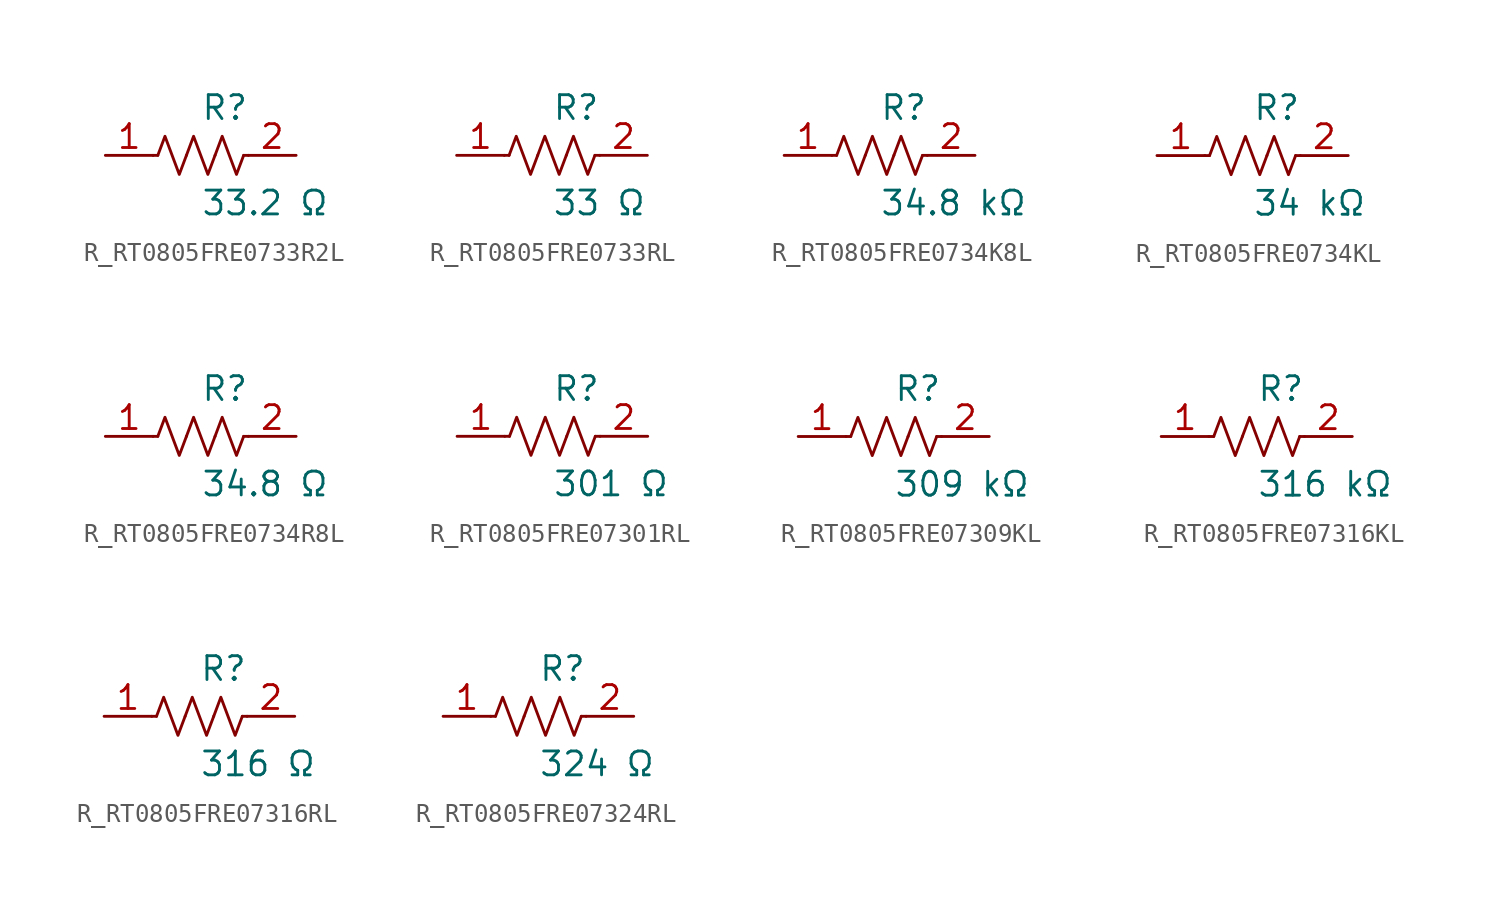
<source format=kicad_sym>
(kicad_symbol_lib
  (version 20231120)
  (generator kicad_symbol_editor)
  (generator_version 8.0)
  (symbol "R_RT0805FRE0733R2L"
    (pin_names
      (offset 0.254))
    (property "Reference" "R"
      (at 0 2.54 0)
      (effects (font (size 1.27 1.27)) (justify left)))
    (property "Value" "33.2 Ω"
      (at 0 -2.54 0)
      (effects (font (size 1.27 1.27)) (justify left)))
    (symbol "R_RT0805FRE0733R2L_0_1"
      (polyline (pts (xy 2.286 0) (xy 2.54 0)) (stroke (width 0) (type default)) (fill (type none)))
      (polyline (pts (xy -2.286 0) (xy -2.54 0)) (stroke (width 0) (type default)) (fill (type none)))
      (polyline (pts (xy 0.762 0) (xy 1.143 1.016) (xy 1.524 0) (xy 1.905 -1.016) (xy 2.286 0)) (stroke (width 0) (type default)) (fill (type none)))
      (polyline (pts (xy -0.762 0) (xy -0.381 1.016) (xy 0 0) (xy 0.381 -1.016) (xy 0.762 0)) (stroke (width 0) (type default)) (fill (type none)))
      (polyline (pts (xy -2.286 0) (xy -1.905 1.016) (xy -1.524 0) (xy -1.143 -1.016) (xy -0.762 0)) (stroke (width 0) (type default)) (fill (type none))))
    (pin passive line
      (at -5.08 0 0)
      (length 2.54)
      (name "" (effects (font (size 1.27 1.27))))
      (number "1" (effects (font (size 1.27 1.27)))))
    (pin passive line
      (at 5.08 0 180)
      (length 2.54)
      (name "" (effects (font (size 1.27 1.27))))
      (number "2" (effects (font (size 1.27 1.27))))))
  (symbol "R_RT0805FRE0733RL"
    (pin_names
      (offset 0.254))
    (property "Reference" "R"
      (at 0 2.54 0)
      (effects (font (size 1.27 1.27)) (justify left)))
    (property "Value" "33 Ω"
      (at 0 -2.54 0)
      (effects (font (size 1.27 1.27)) (justify left)))
    (symbol "R_RT0805FRE0733RL_0_1"
      (polyline (pts (xy 2.286 0) (xy 2.54 0)) (stroke (width 0) (type default)) (fill (type none)))
      (polyline (pts (xy -2.286 0) (xy -2.54 0)) (stroke (width 0) (type default)) (fill (type none)))
      (polyline (pts (xy 0.762 0) (xy 1.143 1.016) (xy 1.524 0) (xy 1.905 -1.016) (xy 2.286 0)) (stroke (width 0) (type default)) (fill (type none)))
      (polyline (pts (xy -0.762 0) (xy -0.381 1.016) (xy 0 0) (xy 0.381 -1.016) (xy 0.762 0)) (stroke (width 0) (type default)) (fill (type none)))
      (polyline (pts (xy -2.286 0) (xy -1.905 1.016) (xy -1.524 0) (xy -1.143 -1.016) (xy -0.762 0)) (stroke (width 0) (type default)) (fill (type none))))
    (pin passive line
      (at -5.08 0 0)
      (length 2.54)
      (name "" (effects (font (size 1.27 1.27))))
      (number "1" (effects (font (size 1.27 1.27)))))
    (pin passive line
      (at 5.08 0 180)
      (length 2.54)
      (name "" (effects (font (size 1.27 1.27))))
      (number "2" (effects (font (size 1.27 1.27))))))
  (symbol "R_RT0805FRE0734K8L"
    (pin_names
      (offset 0.254))
    (property "Reference" "R"
      (at 0 2.54 0)
      (effects (font (size 1.27 1.27)) (justify left)))
    (property "Value" "34.8 kΩ"
      (at 0 -2.54 0)
      (effects (font (size 1.27 1.27)) (justify left)))
    (symbol "R_RT0805FRE0734K8L_0_1"
      (polyline (pts (xy 2.286 0) (xy 2.54 0)) (stroke (width 0) (type default)) (fill (type none)))
      (polyline (pts (xy -2.286 0) (xy -2.54 0)) (stroke (width 0) (type default)) (fill (type none)))
      (polyline (pts (xy 0.762 0) (xy 1.143 1.016) (xy 1.524 0) (xy 1.905 -1.016) (xy 2.286 0)) (stroke (width 0) (type default)) (fill (type none)))
      (polyline (pts (xy -0.762 0) (xy -0.381 1.016) (xy 0 0) (xy 0.381 -1.016) (xy 0.762 0)) (stroke (width 0) (type default)) (fill (type none)))
      (polyline (pts (xy -2.286 0) (xy -1.905 1.016) (xy -1.524 0) (xy -1.143 -1.016) (xy -0.762 0)) (stroke (width 0) (type default)) (fill (type none))))
    (pin passive line
      (at -5.08 0 0)
      (length 2.54)
      (name "" (effects (font (size 1.27 1.27))))
      (number "1" (effects (font (size 1.27 1.27)))))
    (pin passive line
      (at 5.08 0 180)
      (length 2.54)
      (name "" (effects (font (size 1.27 1.27))))
      (number "2" (effects (font (size 1.27 1.27))))))
  (symbol "R_RT0805FRE0734KL"
    (pin_names
      (offset 0.254))
    (property "Reference" "R"
      (at 0 2.54 0)
      (effects (font (size 1.27 1.27)) (justify left)))
    (property "Value" "34 kΩ"
      (at 0 -2.54 0)
      (effects (font (size 1.27 1.27)) (justify left)))
    (symbol "R_RT0805FRE0734KL_0_1"
      (polyline (pts (xy 2.286 0) (xy 2.54 0)) (stroke (width 0) (type default)) (fill (type none)))
      (polyline (pts (xy -2.286 0) (xy -2.54 0)) (stroke (width 0) (type default)) (fill (type none)))
      (polyline (pts (xy 0.762 0) (xy 1.143 1.016) (xy 1.524 0) (xy 1.905 -1.016) (xy 2.286 0)) (stroke (width 0) (type default)) (fill (type none)))
      (polyline (pts (xy -0.762 0) (xy -0.381 1.016) (xy 0 0) (xy 0.381 -1.016) (xy 0.762 0)) (stroke (width 0) (type default)) (fill (type none)))
      (polyline (pts (xy -2.286 0) (xy -1.905 1.016) (xy -1.524 0) (xy -1.143 -1.016) (xy -0.762 0)) (stroke (width 0) (type default)) (fill (type none))))
    (pin passive line
      (at -5.08 0 0)
      (length 2.54)
      (name "" (effects (font (size 1.27 1.27))))
      (number "1" (effects (font (size 1.27 1.27)))))
    (pin passive line
      (at 5.08 0 180)
      (length 2.54)
      (name "" (effects (font (size 1.27 1.27))))
      (number "2" (effects (font (size 1.27 1.27))))))
  (symbol "R_RT0805FRE0734R8L"
    (pin_names
      (offset 0.254))
    (property "Reference" "R"
      (at 0 2.54 0)
      (effects (font (size 1.27 1.27)) (justify left)))
    (property "Value" "34.8 Ω"
      (at 0 -2.54 0)
      (effects (font (size 1.27 1.27)) (justify left)))
    (symbol "R_RT0805FRE0734R8L_0_1"
      (polyline (pts (xy 2.286 0) (xy 2.54 0)) (stroke (width 0) (type default)) (fill (type none)))
      (polyline (pts (xy -2.286 0) (xy -2.54 0)) (stroke (width 0) (type default)) (fill (type none)))
      (polyline (pts (xy 0.762 0) (xy 1.143 1.016) (xy 1.524 0) (xy 1.905 -1.016) (xy 2.286 0)) (stroke (width 0) (type default)) (fill (type none)))
      (polyline (pts (xy -0.762 0) (xy -0.381 1.016) (xy 0 0) (xy 0.381 -1.016) (xy 0.762 0)) (stroke (width 0) (type default)) (fill (type none)))
      (polyline (pts (xy -2.286 0) (xy -1.905 1.016) (xy -1.524 0) (xy -1.143 -1.016) (xy -0.762 0)) (stroke (width 0) (type default)) (fill (type none))))
    (pin passive line
      (at -5.08 0 0)
      (length 2.54)
      (name "" (effects (font (size 1.27 1.27))))
      (number "1" (effects (font (size 1.27 1.27)))))
    (pin passive line
      (at 5.08 0 180)
      (length 2.54)
      (name "" (effects (font (size 1.27 1.27))))
      (number "2" (effects (font (size 1.27 1.27))))))
  (symbol "R_RT0805FRE07301RL"
    (pin_names
      (offset 0.254))
    (property "Reference" "R"
      (at 0 2.54 0)
      (effects (font (size 1.27 1.27)) (justify left)))
    (property "Value" "301 Ω"
      (at 0 -2.54 0)
      (effects (font (size 1.27 1.27)) (justify left)))
    (symbol "R_RT0805FRE07301RL_0_1"
      (polyline (pts (xy 2.286 0) (xy 2.54 0)) (stroke (width 0) (type default)) (fill (type none)))
      (polyline (pts (xy -2.286 0) (xy -2.54 0)) (stroke (width 0) (type default)) (fill (type none)))
      (polyline (pts (xy 0.762 0) (xy 1.143 1.016) (xy 1.524 0) (xy 1.905 -1.016) (xy 2.286 0)) (stroke (width 0) (type default)) (fill (type none)))
      (polyline (pts (xy -0.762 0) (xy -0.381 1.016) (xy 0 0) (xy 0.381 -1.016) (xy 0.762 0)) (stroke (width 0) (type default)) (fill (type none)))
      (polyline (pts (xy -2.286 0) (xy -1.905 1.016) (xy -1.524 0) (xy -1.143 -1.016) (xy -0.762 0)) (stroke (width 0) (type default)) (fill (type none))))
    (pin passive line
      (at -5.08 0 0)
      (length 2.54)
      (name "" (effects (font (size 1.27 1.27))))
      (number "1" (effects (font (size 1.27 1.27)))))
    (pin passive line
      (at 5.08 0 180)
      (length 2.54)
      (name "" (effects (font (size 1.27 1.27))))
      (number "2" (effects (font (size 1.27 1.27))))))
  (symbol "R_RT0805FRE07309KL"
    (pin_names
      (offset 0.254))
    (property "Reference" "R"
      (at 0 2.54 0)
      (effects (font (size 1.27 1.27)) (justify left)))
    (property "Value" "309 kΩ"
      (at 0 -2.54 0)
      (effects (font (size 1.27 1.27)) (justify left)))
    (symbol "R_RT0805FRE07309KL_0_1"
      (polyline (pts (xy 2.286 0) (xy 2.54 0)) (stroke (width 0) (type default)) (fill (type none)))
      (polyline (pts (xy -2.286 0) (xy -2.54 0)) (stroke (width 0) (type default)) (fill (type none)))
      (polyline (pts (xy 0.762 0) (xy 1.143 1.016) (xy 1.524 0) (xy 1.905 -1.016) (xy 2.286 0)) (stroke (width 0) (type default)) (fill (type none)))
      (polyline (pts (xy -0.762 0) (xy -0.381 1.016) (xy 0 0) (xy 0.381 -1.016) (xy 0.762 0)) (stroke (width 0) (type default)) (fill (type none)))
      (polyline (pts (xy -2.286 0) (xy -1.905 1.016) (xy -1.524 0) (xy -1.143 -1.016) (xy -0.762 0)) (stroke (width 0) (type default)) (fill (type none))))
    (pin passive line
      (at -5.08 0 0)
      (length 2.54)
      (name "" (effects (font (size 1.27 1.27))))
      (number "1" (effects (font (size 1.27 1.27)))))
    (pin passive line
      (at 5.08 0 180)
      (length 2.54)
      (name "" (effects (font (size 1.27 1.27))))
      (number "2" (effects (font (size 1.27 1.27))))))
  (symbol "R_RT0805FRE07316KL"
    (pin_names
      (offset 0.254))
    (property "Reference" "R"
      (at 0 2.54 0)
      (effects (font (size 1.27 1.27)) (justify left)))
    (property "Value" "316 kΩ"
      (at 0 -2.54 0)
      (effects (font (size 1.27 1.27)) (justify left)))
    (symbol "R_RT0805FRE07316KL_0_1"
      (polyline (pts (xy 2.286 0) (xy 2.54 0)) (stroke (width 0) (type default)) (fill (type none)))
      (polyline (pts (xy -2.286 0) (xy -2.54 0)) (stroke (width 0) (type default)) (fill (type none)))
      (polyline (pts (xy 0.762 0) (xy 1.143 1.016) (xy 1.524 0) (xy 1.905 -1.016) (xy 2.286 0)) (stroke (width 0) (type default)) (fill (type none)))
      (polyline (pts (xy -0.762 0) (xy -0.381 1.016) (xy 0 0) (xy 0.381 -1.016) (xy 0.762 0)) (stroke (width 0) (type default)) (fill (type none)))
      (polyline (pts (xy -2.286 0) (xy -1.905 1.016) (xy -1.524 0) (xy -1.143 -1.016) (xy -0.762 0)) (stroke (width 0) (type default)) (fill (type none))))
    (pin passive line
      (at -5.08 0 0)
      (length 2.54)
      (name "" (effects (font (size 1.27 1.27))))
      (number "1" (effects (font (size 1.27 1.27)))))
    (pin passive line
      (at 5.08 0 180)
      (length 2.54)
      (name "" (effects (font (size 1.27 1.27))))
      (number "2" (effects (font (size 1.27 1.27))))))
  (symbol "R_RT0805FRE07316RL"
    (pin_names
      (offset 0.254))
    (property "Reference" "R"
      (at 0 2.54 0)
      (effects (font (size 1.27 1.27)) (justify left)))
    (property "Value" "316 Ω"
      (at 0 -2.54 0)
      (effects (font (size 1.27 1.27)) (justify left)))
    (symbol "R_RT0805FRE07316RL_0_1"
      (polyline (pts (xy 2.286 0) (xy 2.54 0)) (stroke (width 0) (type default)) (fill (type none)))
      (polyline (pts (xy -2.286 0) (xy -2.54 0)) (stroke (width 0) (type default)) (fill (type none)))
      (polyline (pts (xy 0.762 0) (xy 1.143 1.016) (xy 1.524 0) (xy 1.905 -1.016) (xy 2.286 0)) (stroke (width 0) (type default)) (fill (type none)))
      (polyline (pts (xy -0.762 0) (xy -0.381 1.016) (xy 0 0) (xy 0.381 -1.016) (xy 0.762 0)) (stroke (width 0) (type default)) (fill (type none)))
      (polyline (pts (xy -2.286 0) (xy -1.905 1.016) (xy -1.524 0) (xy -1.143 -1.016) (xy -0.762 0)) (stroke (width 0) (type default)) (fill (type none))))
    (pin passive line
      (at -5.08 0 0)
      (length 2.54)
      (name "" (effects (font (size 1.27 1.27))))
      (number "1" (effects (font (size 1.27 1.27)))))
    (pin passive line
      (at 5.08 0 180)
      (length 2.54)
      (name "" (effects (font (size 1.27 1.27))))
      (number "2" (effects (font (size 1.27 1.27))))))
  (symbol "R_RT0805FRE07324RL"
    (pin_names
      (offset 0.254))
    (property "Reference" "R"
      (at 0 2.54 0)
      (effects (font (size 1.27 1.27)) (justify left)))
    (property "Value" "324 Ω"
      (at 0 -2.54 0)
      (effects (font (size 1.27 1.27)) (justify left)))
    (symbol "R_RT0805FRE07324RL_0_1"
      (polyline (pts (xy 2.286 0) (xy 2.54 0)) (stroke (width 0) (type default)) (fill (type none)))
      (polyline (pts (xy -2.286 0) (xy -2.54 0)) (stroke (width 0) (type default)) (fill (type none)))
      (polyline (pts (xy 0.762 0) (xy 1.143 1.016) (xy 1.524 0) (xy 1.905 -1.016) (xy 2.286 0)) (stroke (width 0) (type default)) (fill (type none)))
      (polyline (pts (xy -0.762 0) (xy -0.381 1.016) (xy 0 0) (xy 0.381 -1.016) (xy 0.762 0)) (stroke (width 0) (type default)) (fill (type none)))
      (polyline (pts (xy -2.286 0) (xy -1.905 1.016) (xy -1.524 0) (xy -1.143 -1.016) (xy -0.762 0)) (stroke (width 0) (type default)) (fill (type none))))
    (pin passive line
      (at -5.08 0 0)
      (length 2.54)
      (name "" (effects (font (size 1.27 1.27))))
      (number "1" (effects (font (size 1.27 1.27)))))
    (pin passive line
      (at 5.08 0 180)
      (length 2.54)
      (name "" (effects (font (size 1.27 1.27))))
      (number "2" (effects (font (size 1.27 1.27)))))))
</source>
